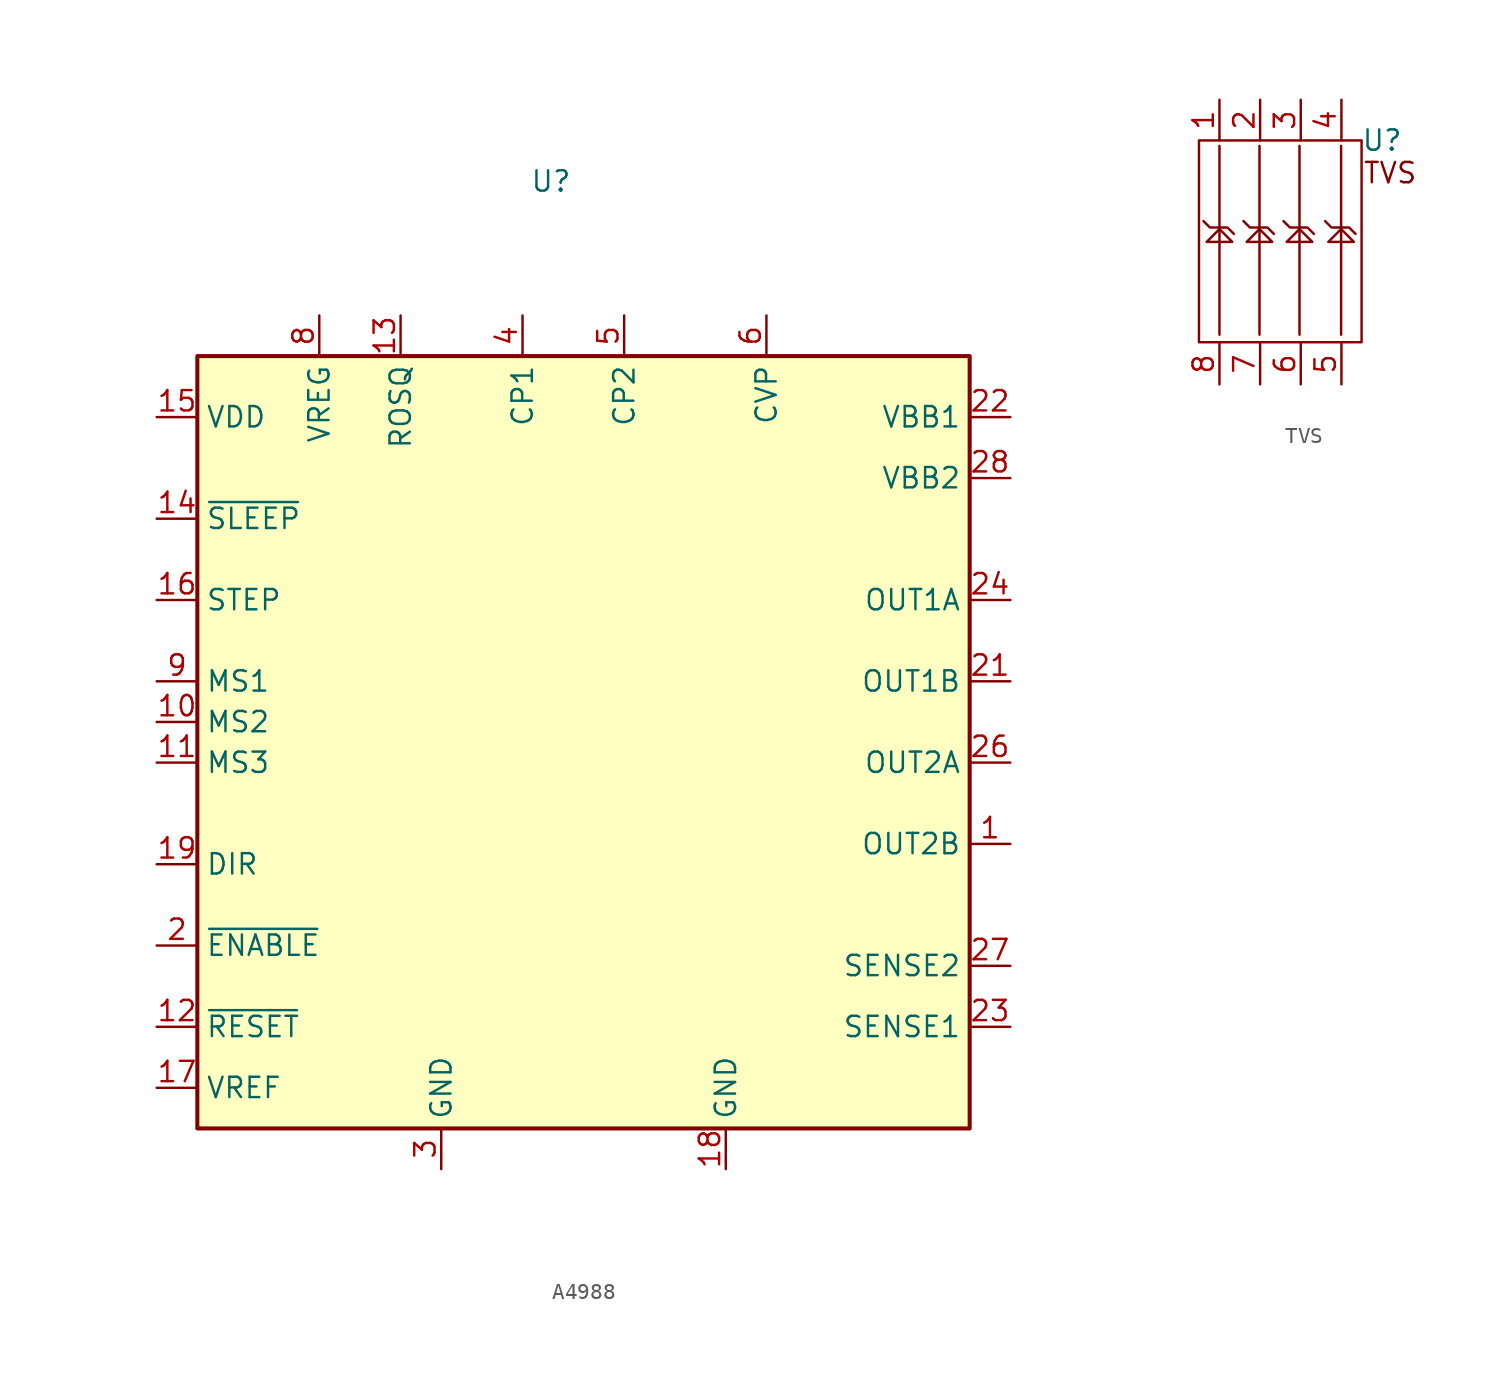
<source format=kicad_sym>
(kicad_symbol_lib
  (version 20231120)
  (generator "kicad_symbol_editor")
  (generator_version "8.0")
  (symbol "A4988"
    (property "Reference" "U"
      (at 11.938 9.652 0)
      (effects (font (size 1.27 1.27))))
    (property "Value" ""
      (at 0 0 0)
      (effects (font (size 1.27 1.27))))
    (symbol "A4988_0_1"
      (rectangle (start -10.16 -1.27) (end 38.1 -49.53) (stroke (width 0.254) (type default)) (fill (type background))))
    (symbol "A4988_1_1"
      (pin input line (at 40.64 -31.75 180) (length 2.54) (name "OUT2B" (effects (font (size 1.27 1.27)))) (number "1" (effects (font (size 1.27 1.27)))))
      (pin input line (at -12.7 -24.13 0) (length 2.54) (name "MS2" (effects (font (size 1.27 1.27)))) (number "10" (effects (font (size 1.27 1.27)))))
      (pin input line (at -12.7 -26.67 0) (length 2.54) (name "MS3" (effects (font (size 1.27 1.27)))) (number "11" (effects (font (size 1.27 1.27)))))
      (pin input line (at -12.7 -43.18 0) (length 2.54) (name "~{RESET}" (effects (font (size 1.27 1.27)))) (number "12" (effects (font (size 1.27 1.27)))))
      (pin input line (at 2.54 1.27 270) (length 2.54) (name "ROSQ" (effects (font (size 1.27 1.27)))) (number "13" (effects (font (size 1.27 1.27)))))
      (pin input line (at -12.7 -11.43 0) (length 2.54) (name "~{SLEEP}" (effects (font (size 1.27 1.27)))) (number "14" (effects (font (size 1.27 1.27)))))
      (pin input line (at -12.7 -5.08 0) (length 2.54) (name "VDD" (effects (font (size 1.27 1.27)))) (number "15" (effects (font (size 1.27 1.27)))))
      (pin input line (at -12.7 -16.51 0) (length 2.54) (name "STEP" (effects (font (size 1.27 1.27)))) (number "16" (effects (font (size 1.27 1.27)))))
      (pin input line (at -12.7 -46.99 0) (length 2.54) (name "VREF" (effects (font (size 1.27 1.27)))) (number "17" (effects (font (size 1.27 1.27)))))
      (pin input line (at 22.86 -52.07 90) (length 2.54) (name "GND" (effects (font (size 1.27 1.27)))) (number "18" (effects (font (size 1.27 1.27)))))
      (pin input line (at -12.7 -33.02 0) (length 2.54) (name "DIR" (effects (font (size 1.27 1.27)))) (number "19" (effects (font (size 1.27 1.27)))))
      (pin input line (at -12.7 -38.1 0) (length 2.54) (name "~{ENABLE}" (effects (font (size 1.27 1.27)))) (number "2" (effects (font (size 1.27 1.27)))))
      (pin input line (at 40.64 -21.59 180) (length 2.54) (name "OUT1B" (effects (font (size 1.27 1.27)))) (number "21" (effects (font (size 1.27 1.27)))))
      (pin input line (at 40.64 -5.08 180) (length 2.54) (name "VBB1" (effects (font (size 1.27 1.27)))) (number "22" (effects (font (size 1.27 1.27)))))
      (pin input line (at 40.64 -43.18 180) (length 2.54) (name "SENSE1" (effects (font (size 1.27 1.27)))) (number "23" (effects (font (size 1.27 1.27)))))
      (pin input line (at 40.64 -16.51 180) (length 2.54) (name "OUT1A" (effects (font (size 1.27 1.27)))) (number "24" (effects (font (size 1.27 1.27)))))
      (pin input line (at 40.64 -26.67 180) (length 2.54) (name "OUT2A" (effects (font (size 1.27 1.27)))) (number "26" (effects (font (size 1.27 1.27)))))
      (pin input line (at 40.64 -39.37 180) (length 2.54) (name "SENSE2" (effects (font (size 1.27 1.27)))) (number "27" (effects (font (size 1.27 1.27)))))
      (pin input line (at 40.64 -8.89 180) (length 2.54) (name "VBB2" (effects (font (size 1.27 1.27)))) (number "28" (effects (font (size 1.27 1.27)))))
      (pin input line (at 5.08 -52.07 90) (length 2.54) (name "GND" (effects (font (size 1.27 1.27)))) (number "3" (effects (font (size 1.27 1.27)))))
      (pin input line (at 10.16 1.27 270) (length 2.54) (name "CP1" (effects (font (size 1.27 1.27)))) (number "4" (effects (font (size 1.27 1.27)))))
      (pin input line (at 16.51 1.27 270) (length 2.54) (name "CP2" (effects (font (size 1.27 1.27)))) (number "5" (effects (font (size 1.27 1.27)))))
      (pin input line (at 25.4 1.27 270) (length 2.54) (name "CVP" (effects (font (size 1.27 1.27)))) (number "6" (effects (font (size 1.27 1.27)))))
      (pin input line (at -2.54 1.27 270) (length 2.54) (name "VREG" (effects (font (size 1.27 1.27)))) (number "8" (effects (font (size 1.27 1.27)))))
      (pin input line (at -12.7 -21.59 0) (length 2.54) (name "MS1" (effects (font (size 1.27 1.27)))) (number "9" (effects (font (size 1.27 1.27)))))))
  (symbol "TVS"
    (property "Reference" "U"
      (at 1.27 0 0)
      (effects (font (size 1.27 1.27))))
    (property "Value" ""
      (at 0 -0.12 0)
      (effects (font (size 1.27 1.27))))
    (symbol "TVS_0_1"
      (rectangle (start -10.17 0) (end -0.01 -12.61) (stroke (width 0) (type default)) (fill (type none))))
    (symbol "TVS_1_1"
      (polyline (pts (xy -8.89 -0.34) (xy -8.89 -12.14)) (stroke (width 0) (type default)) (fill (type none)))
      (polyline (pts (xy -6.39 -0.34) (xy -6.39 -12.14)) (stroke (width 0) (type default)) (fill (type none)))
      (polyline (pts (xy -3.89 -0.34) (xy -3.89 -12.14)) (stroke (width 0) (type default)) (fill (type none)))
      (polyline (pts (xy -1.29 -0.34) (xy -1.29 -12.14)) (stroke (width 0) (type default)) (fill (type none)))
      (polyline (pts (xy -9.89 -5.04) (xy -9.49 -5.44) (xy -8.39 -5.44) (xy -7.99 -5.84)) (stroke (width 0) (type default)) (fill (type none)))
      (polyline (pts (xy -9.69 -6.34) (xy -8.09 -6.34) (xy -8.89 -5.54) (xy -9.69 -6.34)) (stroke (width 0) (type default)) (fill (type none)))
      (polyline (pts (xy -7.39 -5.04) (xy -6.99 -5.44) (xy -5.89 -5.44) (xy -5.49 -5.84)) (stroke (width 0) (type default)) (fill (type none)))
      (polyline (pts (xy -7.19 -6.34) (xy -5.59 -6.34) (xy -6.39 -5.54) (xy -7.19 -6.34)) (stroke (width 0) (type default)) (fill (type none)))
      (polyline (pts (xy -4.89 -5.04) (xy -4.49 -5.44) (xy -3.39 -5.44) (xy -2.99 -5.84)) (stroke (width 0) (type default)) (fill (type none)))
      (polyline (pts (xy -4.69 -6.34) (xy -3.09 -6.34) (xy -3.89 -5.54) (xy -4.69 -6.34)) (stroke (width 0) (type default)) (fill (type none)))
      (polyline (pts (xy -2.29 -5.04) (xy -1.89 -5.44) (xy -0.79 -5.44) (xy -0.39 -5.84)) (stroke (width 0) (type default)) (fill (type none)))
      (polyline (pts (xy -2.09 -6.34) (xy -0.49 -6.34) (xy -1.29 -5.54) (xy -2.09 -6.34)) (stroke (width 0) (type default)) (fill (type none)))
      (text "TVS\n" (at 1.778 -2.032 0) (effects (font (size 1.27 1.27))))
      (pin unspecified line (at -8.89 2.54 270) (length 2.54) (name "" (effects (font (size 1.27 1.27)))) (number "1" (effects (font (size 1.27 1.27)))))
      (pin unspecified line (at -6.35 2.54 270) (length 2.54) (name "" (effects (font (size 1.27 1.27)))) (number "2" (effects (font (size 1.27 1.27)))))
      (pin unspecified line (at -3.81 2.54 270) (length 2.54) (name "" (effects (font (size 1.27 1.27)))) (number "3" (effects (font (size 1.27 1.27)))))
      (pin unspecified line (at -1.27 2.54 270) (length 2.54) (name "" (effects (font (size 1.27 1.27)))) (number "4" (effects (font (size 1.27 1.27)))))
      (pin unspecified line (at -1.27 -15.24 90) (length 2.54) (name "" (effects (font (size 1.27 1.27)))) (number "5" (effects (font (size 1.27 1.27)))))
      (pin unspecified line (at -3.81 -15.24 90) (length 2.54) (name "" (effects (font (size 1.27 1.27)))) (number "6" (effects (font (size 1.27 1.27)))))
      (pin unspecified line (at -6.35 -15.24 90) (length 2.54) (name "" (effects (font (size 1.27 1.27)))) (number "7" (effects (font (size 1.27 1.27)))))
      (pin unspecified line (at -8.89 -15.24 90) (length 2.54) (name "" (effects (font (size 1.27 1.27)))) (number "8" (effects (font (size 1.27 1.27))))))))
</source>
